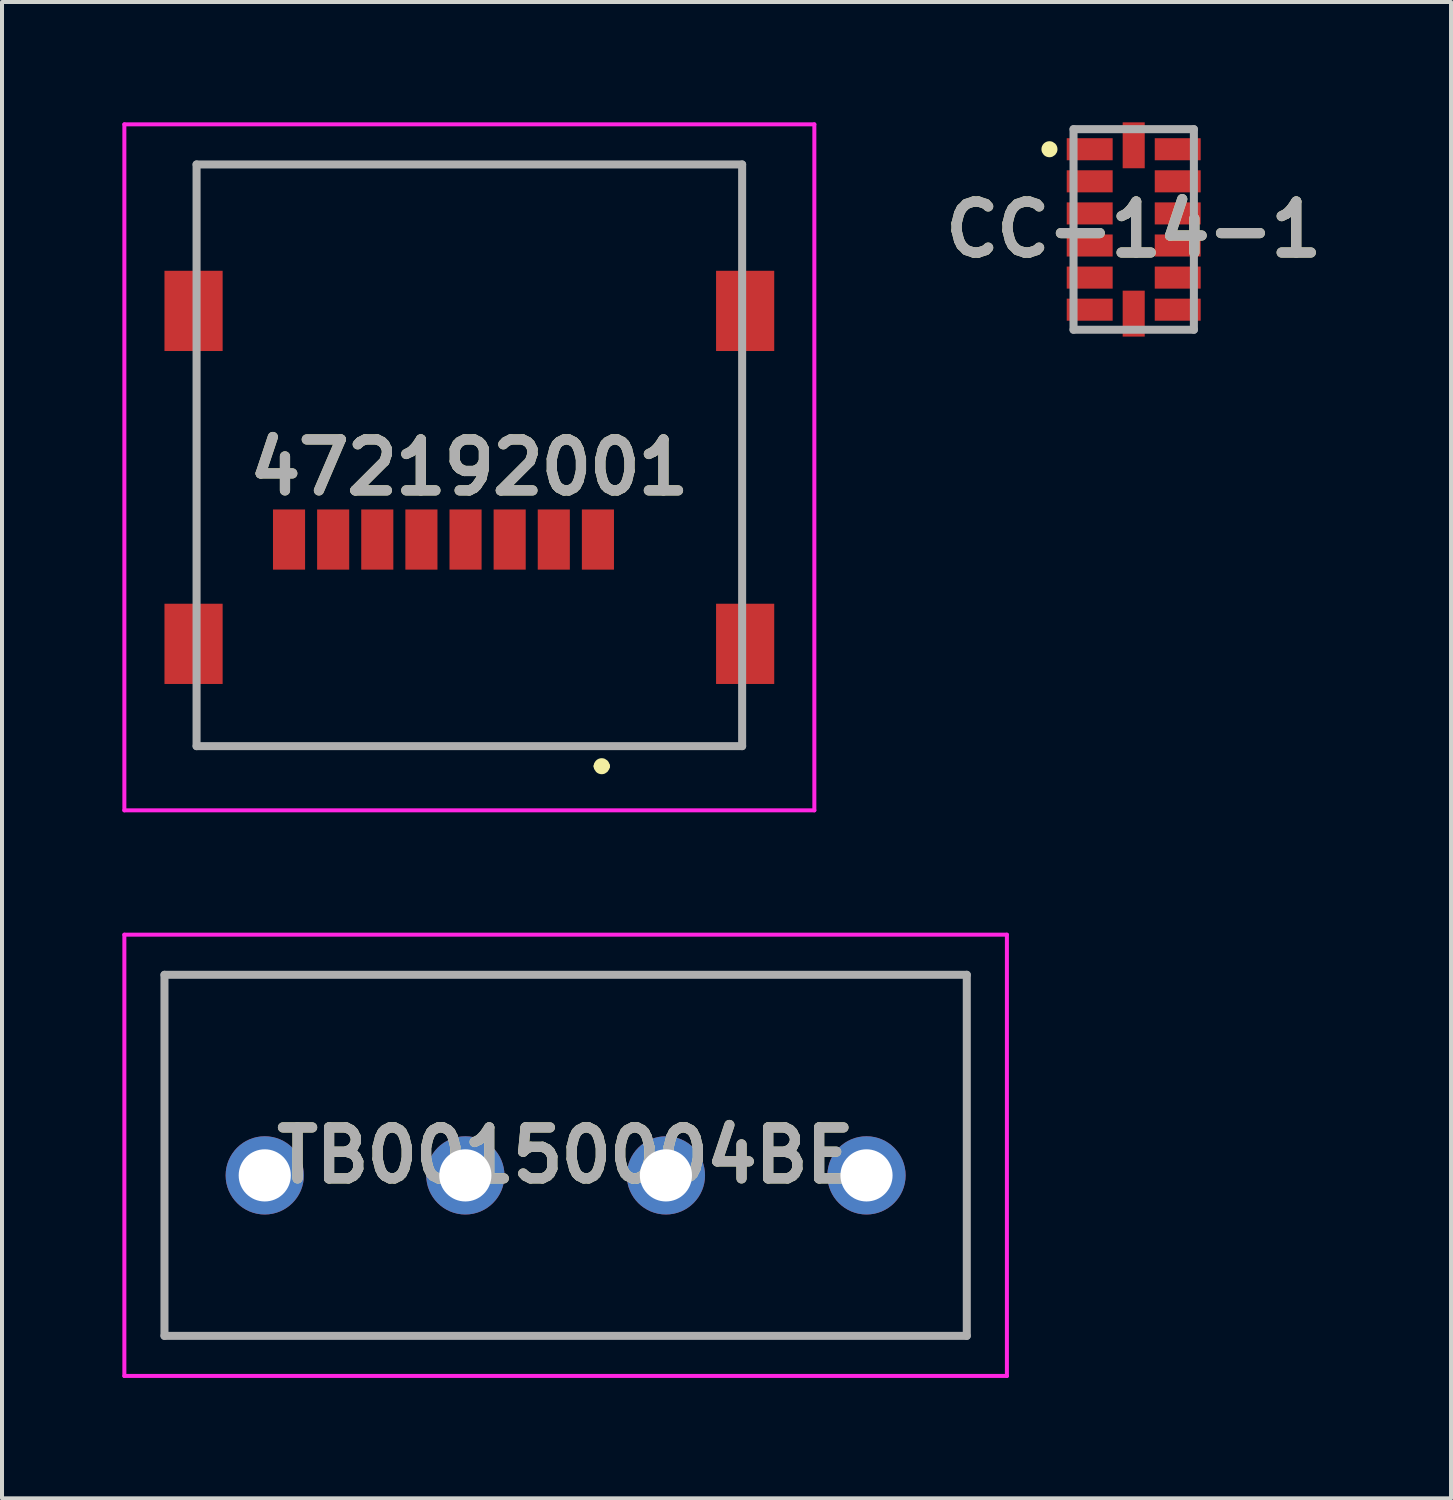
<source format=kicad_pcb>
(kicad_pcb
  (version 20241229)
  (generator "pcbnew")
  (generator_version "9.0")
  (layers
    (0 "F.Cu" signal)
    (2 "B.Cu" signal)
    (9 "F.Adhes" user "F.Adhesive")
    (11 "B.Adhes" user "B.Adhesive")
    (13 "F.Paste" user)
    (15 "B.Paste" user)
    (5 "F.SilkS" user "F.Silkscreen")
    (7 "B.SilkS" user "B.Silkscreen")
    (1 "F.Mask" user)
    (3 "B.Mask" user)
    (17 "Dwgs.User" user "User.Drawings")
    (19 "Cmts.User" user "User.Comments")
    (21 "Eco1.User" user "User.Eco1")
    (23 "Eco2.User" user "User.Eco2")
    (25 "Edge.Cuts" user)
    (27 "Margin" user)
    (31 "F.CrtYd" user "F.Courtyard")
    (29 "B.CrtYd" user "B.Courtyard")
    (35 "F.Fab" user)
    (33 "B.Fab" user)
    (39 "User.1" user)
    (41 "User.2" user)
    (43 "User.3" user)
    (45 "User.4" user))
  (footprint "TB00150004BE"
    (layer "F.Cu")
    (at 3.55 26.25)
    (property "Reference" "TB00150004BE" (at 7.5 -0.5 0) (layer "F.SilkS") (effects (font (size 1.27 1.27) (thickness 0.254))))
    (attr through_hole)
    (fp_line (start -2.5 -5) (end 17.5 -5) (stroke (width 0.1) (type solid)) (layer "F.SilkS"))
    (fp_line (start -2.5 4) (end -2.5 -5) (stroke (width 0.1) (type solid)) (layer "F.SilkS"))
    (fp_line (start 17.5 -5) (end 17.5 4) (stroke (width 0.1) (type solid)) (layer "F.SilkS"))
    (fp_line (start 17.5 4) (end -2.5 4) (stroke (width 0.1) (type solid)) (layer "F.SilkS"))
    (fp_line (start -3.5 -6) (end 18.5 -6) (stroke (width 0.1) (type solid)) (layer "F.CrtYd"))
    (fp_line (start -3.5 5) (end -3.5 -6) (stroke (width 0.1) (type solid)) (layer "F.CrtYd"))
    (fp_line (start 18.5 -6) (end 18.5 5) (stroke (width 0.1) (type solid)) (layer "F.CrtYd"))
    (fp_line (start 18.5 5) (end -3.5 5) (stroke (width 0.1) (type solid)) (layer "F.CrtYd"))
    (fp_line (start -2.5 -5) (end 17.5 -5) (stroke (width 0.2) (type solid)) (layer "F.Fab"))
    (fp_line (start -2.5 4) (end -2.5 -5) (stroke (width 0.2) (type solid)) (layer "F.Fab"))
    (fp_line (start 17.5 -5) (end 17.5 4) (stroke (width 0.2) (type solid)) (layer "F.Fab"))
    (fp_line (start 17.5 4) (end -2.5 4) (stroke (width 0.2) (type solid)) (layer "F.Fab"))
    (fp_text user "${REFERENCE}" (at 7.5 -0.5 0) (layer "F.Fab") (effects (font (size 1.27 1.27) (thickness 0.254))))
    (pad "1" thru_hole circle (at 0 0) (size 1.95 1.95) (drill 1.3) (layers "*.Cu" "*.Mask"))
    (pad "2" thru_hole circle (at 5 0) (size 1.95 1.95) (drill 1.3) (layers "*.Cu" "*.Mask"))
    (pad "3" thru_hole circle (at 10 0) (size 1.95 1.95) (drill 1.3) (layers "*.Cu" "*.Mask"))
    (pad "4" thru_hole circle (at 15 0) (size 1.95 1.95) (drill 1.3) (layers "*.Cu" "*.Mask")))
  (footprint "CC-14-1"
    (layer "F.Cu")
    (at 25.211 2.67)
    (property "Reference" "CC-14-1" (at 0 0 0) (layer "F.SilkS") (effects (font (size 1.27 1.27) (thickness 0.254))))
    (attr smd)
    (fp_line (start -1.5 -2.5) (end -0.607 -2.5) (stroke (width 0.1) (type solid)) (layer "F.SilkS"))
    (fp_line (start -1.5 2.5) (end -0.607 2.5) (stroke (width 0.1) (type solid)) (layer "F.SilkS"))
    (fp_line (start 0.607 -2.5) (end 1.5 -2.5) (stroke (width 0.1) (type solid)) (layer "F.SilkS"))
    (fp_line (start 0.607 2.5) (end 1.5 2.5) (stroke (width 0.1) (type solid)) (layer "F.SilkS"))
    (fp_circle (center -2.1 -2) (end -2.1 -1.9) (stroke (width 0.2) (type solid)) (fill no) (layer "F.SilkS"))
    (fp_line (start -1.5 -2.5) (end 1.5 -2.5) (stroke (width 0.2) (type solid)) (layer "F.Fab"))
    (fp_line (start -1.5 2.5) (end -1.5 -2.5) (stroke (width 0.2) (type solid)) (layer "F.Fab"))
    (fp_line (start 1.5 -2.5) (end 1.5 2.5) (stroke (width 0.2) (type solid)) (layer "F.Fab"))
    (fp_line (start 1.5 2.5) (end -1.5 2.5) (stroke (width 0.2) (type solid)) (layer "F.Fab"))
    (fp_text user "${REFERENCE}" (at 0 0 0) (layer "F.Fab") (effects (font (size 1.27 1.27) (thickness 0.254))))
    (pad "1" smd rect (at -1.097 -2 90) (size 0.55 1.145) (layers "F.Cu" "F.Mask" "F.Paste"))
    (pad "2" smd rect (at -1.097 -1.2 90) (size 0.55 1.145) (layers "F.Cu" "F.Mask" "F.Paste"))
    (pad "3" smd rect (at -1.097 -0.4 90) (size 0.55 1.145) (layers "F.Cu" "F.Mask" "F.Paste"))
    (pad "4" smd rect (at -1.097 0.4 90) (size 0.55 1.145) (layers "F.Cu" "F.Mask" "F.Paste"))
    (pad "5" smd rect (at -1.097 1.2 90) (size 0.55 1.145) (layers "F.Cu" "F.Mask" "F.Paste"))
    (pad "6" smd rect (at -1.097 2 90) (size 0.55 1.145) (layers "F.Cu" "F.Mask" "F.Paste"))
    (pad "7" smd rect (at 0 2.098) (size 0.55 1.145) (layers "F.Cu" "F.Mask" "F.Paste"))
    (pad "8" smd rect (at 1.097 2 90) (size 0.55 1.145) (layers "F.Cu" "F.Mask" "F.Paste"))
    (pad "9" smd rect (at 1.097 1.2 90) (size 0.55 1.145) (layers "F.Cu" "F.Mask" "F.Paste"))
    (pad "10" smd rect (at 1.097 0.4 90) (size 0.55 1.145) (layers "F.Cu" "F.Mask" "F.Paste"))
    (pad "11" smd rect (at 1.097 -0.4 90) (size 0.55 1.145) (layers "F.Cu" "F.Mask" "F.Paste"))
    (pad "12" smd rect (at 1.097 -1.2 90) (size 0.55 1.145) (layers "F.Cu" "F.Mask" "F.Paste"))
    (pad "13" smd rect (at 1.097 -2 90) (size 0.55 1.145) (layers "F.Cu" "F.Mask" "F.Paste"))
    (pad "14" smd rect (at 0 -2.098) (size 0.55 1.145) (layers "F.Cu" "F.Mask" "F.Paste")))
  (footprint "472192001"
    (layer "F.Cu")
    (at 8.65 8.6)
    (property "Reference" "472192001" (at 0 0 0) (layer "F.SilkS") (effects (font (size 1.27 1.27) (thickness 0.254))))
    (attr smd)
    (fp_line (start -6.8 -7.55) (end 6.8 -7.55) (stroke (width 0.1) (type solid)) (layer "F.SilkS"))
    (fp_line (start -6.8 -6.05) (end -6.8 -7.55) (stroke (width 0.1) (type solid)) (layer "F.SilkS"))
    (fp_line (start -6.8 -6.05) (end -6.8 -5.55) (stroke (width 0.1) (type solid)) (layer "F.SilkS"))
    (fp_line (start -6.8 -2.55) (end -6.8 2.95) (stroke (width 0.1) (type solid)) (layer "F.SilkS"))
    (fp_line (start -6.8 5.95) (end -6.8 6.95) (stroke (width 0.1) (type solid)) (layer "F.SilkS"))
    (fp_line (start -6.8 6.95) (end 6.8 6.95) (stroke (width 0.1) (type solid)) (layer "F.SilkS"))
    (fp_line (start 3.2 7.45) (end 3.2 7.45) (stroke (width 0.2) (type solid)) (layer "F.SilkS"))
    (fp_line (start 3.4 7.45) (end 3.4 7.45) (stroke (width 0.2) (type solid)) (layer "F.SilkS"))
    (fp_line (start 6.8 -7.55) (end 6.8 -6.05) (stroke (width 0.1) (type solid)) (layer "F.SilkS"))
    (fp_line (start 6.8 -6.05) (end 6.8 -5.55) (stroke (width 0.1) (type solid)) (layer "F.SilkS"))
    (fp_line (start 6.8 -2.55) (end 6.8 2.95) (stroke (width 0.1) (type solid)) (layer "F.SilkS"))
    (fp_line (start 6.8 6.95) (end 6.8 5.95) (stroke (width 0.1) (type solid)) (layer "F.SilkS"))
    (fp_arc (start 3.2 7.45) (mid 3.3 7.35) (end 3.4 7.45) (stroke (width 0.2) (type solid)) (layer "F.SilkS"))
    (fp_arc (start 3.4 7.45) (mid 3.3 7.55) (end 3.2 7.45) (stroke (width 0.2) (type solid)) (layer "F.SilkS"))
    (fp_line (start -8.6 -8.55) (end 8.6 -8.55) (stroke (width 0.1) (type solid)) (layer "F.CrtYd"))
    (fp_line (start -8.6 8.55) (end -8.6 -8.55) (stroke (width 0.1) (type solid)) (layer "F.CrtYd"))
    (fp_line (start 8.6 -8.55) (end 8.6 8.55) (stroke (width 0.1) (type solid)) (layer "F.CrtYd"))
    (fp_line (start 8.6 8.55) (end -8.6 8.55) (stroke (width 0.1) (type solid)) (layer "F.CrtYd"))
    (fp_line (start -6.8 -7.55) (end 6.8 -7.55) (stroke (width 0.2) (type solid)) (layer "F.Fab"))
    (fp_line (start -6.8 6.95) (end -6.8 -7.55) (stroke (width 0.2) (type solid)) (layer "F.Fab"))
    (fp_line (start 6.8 -7.55) (end 6.8 6.95) (stroke (width 0.2) (type solid)) (layer "F.Fab"))
    (fp_line (start 6.8 6.95) (end -6.8 6.95) (stroke (width 0.2) (type solid)) (layer "F.Fab"))
    (fp_text user "${REFERENCE}" (at 0 0 0) (layer "F.Fab") (effects (font (size 1.27 1.27) (thickness 0.254))))
    (pad "1" smd rect (at 3.205 1.8) (size 0.8 1.5) (layers "F.Cu" "F.Mask" "F.Paste"))
    (pad "2" smd rect (at 2.105 1.8) (size 0.8 1.5) (layers "F.Cu" "F.Mask" "F.Paste"))
    (pad "3" smd rect (at 1.005 1.8) (size 0.8 1.5) (layers "F.Cu" "F.Mask" "F.Paste"))
    (pad "4" smd rect (at -0.095 1.8) (size 0.8 1.5) (layers "F.Cu" "F.Mask" "F.Paste"))
    (pad "5" smd rect (at -1.195 1.8) (size 0.8 1.5) (layers "F.Cu" "F.Mask" "F.Paste"))
    (pad "6" smd rect (at -2.295 1.8) (size 0.8 1.5) (layers "F.Cu" "F.Mask" "F.Paste"))
    (pad "7" smd rect (at -3.395 1.8) (size 0.8 1.5) (layers "F.Cu" "F.Mask" "F.Paste"))
    (pad "8" smd rect (at -4.495 1.8) (size 0.8 1.5) (layers "F.Cu" "F.Mask" "F.Paste"))
    (pad "9" smd rect (at -6.875 4.4) (size 1.45 2) (layers "F.Cu" "F.Mask" "F.Paste"))
    (pad "10" smd rect (at -6.875 -3.9) (size 1.45 2) (layers "F.Cu" "F.Mask" "F.Paste"))
    (pad "11" smd rect (at 6.875 -3.9) (size 1.45 2) (layers "F.Cu" "F.Mask" "F.Paste"))
    (pad "12" smd rect (at 6.875 4.4) (size 1.45 2) (layers "F.Cu" "F.Mask" "F.Paste")))
  (gr_rect
    (start -3 -3)
    (end 33.121 34.3)
    (stroke (width 0.1) (type default))
    (fill no)
    (layer "Edge.Cuts")))
</source>
